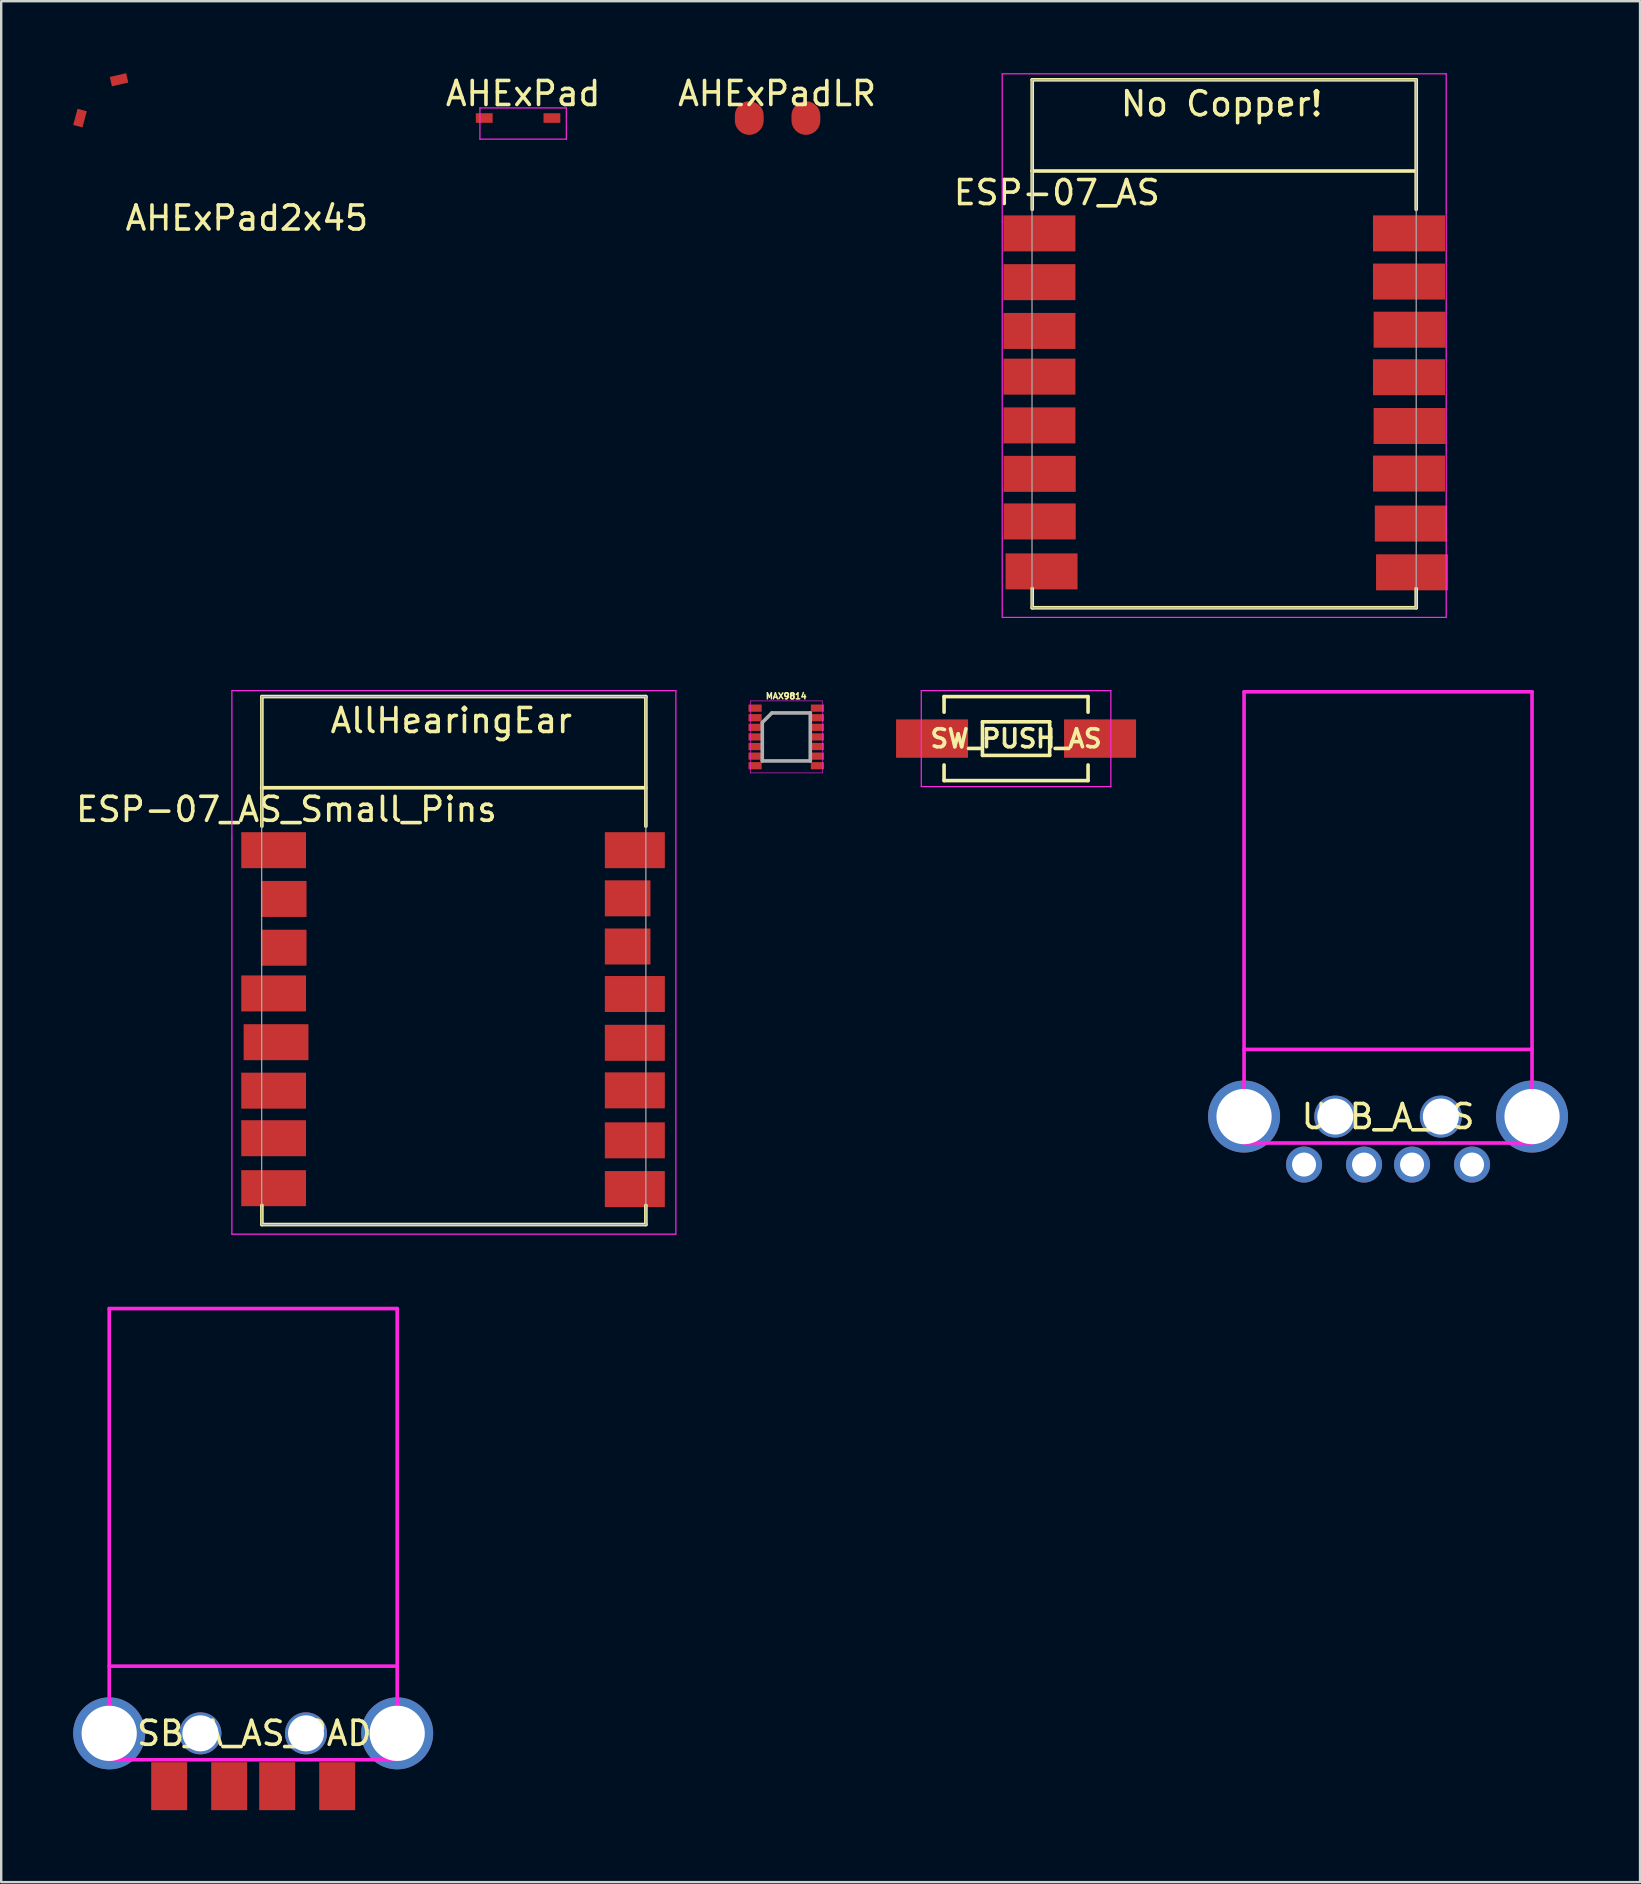
<source format=kicad_pcb>
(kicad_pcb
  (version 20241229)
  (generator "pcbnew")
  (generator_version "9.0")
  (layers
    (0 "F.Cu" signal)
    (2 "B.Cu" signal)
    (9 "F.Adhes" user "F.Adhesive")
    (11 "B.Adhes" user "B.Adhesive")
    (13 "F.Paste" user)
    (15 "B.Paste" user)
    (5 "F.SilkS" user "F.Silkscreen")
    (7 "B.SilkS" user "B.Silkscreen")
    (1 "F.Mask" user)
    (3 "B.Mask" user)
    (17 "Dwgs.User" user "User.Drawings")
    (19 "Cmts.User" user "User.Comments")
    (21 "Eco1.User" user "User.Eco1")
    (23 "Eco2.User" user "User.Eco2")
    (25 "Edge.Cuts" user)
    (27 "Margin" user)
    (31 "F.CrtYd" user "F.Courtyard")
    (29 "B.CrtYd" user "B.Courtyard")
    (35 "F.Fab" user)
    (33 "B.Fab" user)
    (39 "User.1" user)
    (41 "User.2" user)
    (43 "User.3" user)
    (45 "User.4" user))
  (footprint "AHExPadLR"
    (layer "F.Cu")
    (at 29.33 2.098)
    (property "Reference" "AHExPadLR" (at 0 -1.25 0) (layer "F.SilkS") (effects (font (size 1 1) (thickness 0.15))))
    (attr smd)
    (pad "1" smd oval (at -1.16 -0.23) (size 1.2 1.4) (layers "F.Cu" "F.Mask" "F.Paste"))
    (pad "2" smd oval (at 1.2 -0.23) (size 1.2 1.4) (layers "F.Cu" "F.Mask" "F.Paste")))
  (footprint "AHExPad2x45"
    (layer "F.Cu")
    (at 1.783 2.14)
    (property "Reference" "AHExPad2x45" (at 5.452 3.896 0) (layer "F.SilkS") (effects (font (size 1 1) (thickness 0.15))))
    (attr smd)
    (pad "1" smd rect (at -1.499 -0.269 255) (size 0.7 0.4) (layers "F.Cu" "F.Mask" "F.Paste"))
    (pad "2" smd rect (at 0.127 -1.867 13) (size 0.7 0.4) (layers "F.Cu" "F.Mask" "F.Paste")))
  (footprint "ESP-07_AS_Small_Pins"
    (layer "F.Cu")
    (at 8.862 32.375)
    (property "Reference" "ESP-07_AS_Small_Pins" (at 0.025 -1.7 180) (layer "F.SilkS") (effects (font (size 1 1) (thickness 0.15))))
    (attr through_hole)
    (fp_line (start -1.008 -2.6) (end 14.992 -2.6) (stroke (width 0.152) (type solid)) (layer "F.SilkS"))
    (fp_line (start -1 -6.4) (end -1 -1) (stroke (width 0.152) (type solid)) (layer "F.SilkS"))
    (fp_line (start -1 -6.4) (end 15 -6.4) (stroke (width 0.152) (type solid)) (layer "F.SilkS"))
    (fp_line (start -1 14.8) (end -1 15.6) (stroke (width 0.152) (type solid)) (layer "F.SilkS"))
    (fp_line (start -1 15.6) (end 15 15.6) (stroke (width 0.152) (type solid)) (layer "F.SilkS"))
    (fp_line (start 15 -6.4) (end 15 -1) (stroke (width 0.152) (type solid)) (layer "F.SilkS"))
    (fp_line (start 15 15.6) (end 15 14.8) (stroke (width 0.152) (type solid)) (layer "F.SilkS"))
    (fp_line (start -2.25 -6.65) (end 16.25 -6.65) (stroke (width 0.05) (type solid)) (layer "F.CrtYd"))
    (fp_line (start -2.25 -0.5) (end -2.25 -6.65) (stroke (width 0.05) (type solid)) (layer "F.CrtYd"))
    (fp_line (start -2.25 16) (end -2.25 -0.5) (stroke (width 0.05) (type solid)) (layer "F.CrtYd"))
    (fp_line (start 16.25 -6.65) (end 16.25 16) (stroke (width 0.05) (type solid)) (layer "F.CrtYd"))
    (fp_line (start 16.25 16) (end -2.25 16) (stroke (width 0.05) (type solid)) (layer "F.CrtYd"))
    (fp_line (start -1.008 15.6) (end -1.008 -6.4) (stroke (width 0.05) (type solid)) (layer "F.Fab"))
    (fp_line (start -1 -6.4) (end 15 -6.4) (stroke (width 0.05) (type solid)) (layer "F.Fab"))
    (fp_line (start 15 -6.4) (end 15 15.6) (stroke (width 0.05) (type solid)) (layer "F.Fab"))
    (fp_line (start 15 15.6) (end -1 15.6) (stroke (width 0.05) (type solid)) (layer "F.Fab"))
    (fp_text user "AllHearingEar" (at 6.892 -5.4 0) (layer "F.SilkS") (effects (font (size 1 1) (thickness 0.15))))
    (pad "1" smd rect (at 0.19 0) (size 2.7 1.5) (drill (offset -0.7 0)) (layers "F.Cu" "F.Mask" "F.Paste"))
    (pad "2" smd rect (at 0.61 2.032) (size 1.9 1.5) (drill (offset -0.7 0)) (layers "F.Cu" "F.Mask" "F.Paste"))
    (pad "3" smd rect (at 0.61 4.064) (size 1.9 1.5) (drill (offset -0.7 0)) (layers "F.Cu" "F.Mask" "F.Paste"))
    (pad "4" smd rect (at 0.19 5.969) (size 2.7 1.5) (drill (offset -0.7 0)) (layers "F.Cu" "F.Mask" "F.Paste"))
    (pad "5" smd rect (at 0.29 8.001) (size 2.7 1.5) (drill (offset -0.7 0)) (layers "F.Cu" "F.Mask" "F.Paste"))
    (pad "6" smd rect (at 0.19 10.02) (size 2.7 1.5) (drill (offset -0.7 0)) (layers "F.Cu" "F.Mask" "F.Paste"))
    (pad "7" smd rect (at 0.19 12.002) (size 2.7 1.5) (drill (offset -0.7 0)) (layers "F.Cu" "F.Mask" "F.Paste"))
    (pad "8" smd rect (at 0.19 14.084) (size 2.7 1.5) (drill (offset -0.7 0)) (layers "F.Cu" "F.Mask" "F.Paste"))
    (pad "9" smd rect (at 13.84 14.122) (size 2.5 1.5) (drill (offset 0.7 0)) (layers "F.Cu" "F.Mask" "F.Paste"))
    (pad "10" smd rect (at 13.84 12.09) (size 2.5 1.5) (drill (offset 0.7 0)) (layers "F.Cu" "F.Mask" "F.Paste"))
    (pad "11" smd rect (at 13.84 10.008) (size 2.5 1.5) (drill (offset 0.7 0)) (layers "F.Cu" "F.Mask" "F.Paste"))
    (pad "12" smd rect (at 13.84 8.026) (size 2.5 1.5) (drill (offset 0.7 0)) (layers "F.Cu" "F.Mask" "F.Paste"))
    (pad "13" smd rect (at 13.84 5.994) (size 2.5 1.5) (drill (offset 0.7 0)) (layers "F.Cu" "F.Mask" "F.Paste"))
    (pad "14" smd rect (at 13.54 4.013) (size 1.9 1.5) (drill (offset 0.7 0)) (layers "F.Cu" "F.Mask" "F.Paste"))
    (pad "15" smd rect (at 13.54 2.007) (size 1.9 1.5) (drill (offset 0.7 0)) (layers "F.Cu" "F.Mask" "F.Paste"))
    (pad "16" smd rect (at 13.84 0) (size 2.5 1.5) (drill (offset 0.7 0)) (layers "F.Cu" "F.Mask" "F.Paste")))
  (footprint "USB_A_AS_PADS"
    (layer "F.Cu")
    (at 7.5 60.875)
    (property "Reference" "USB_A_AS_PADS" (at 0 8.3 0) (layer "F.SilkS") (effects (font (size 1 1) (thickness 0.15))))
    (attr through_hole)
    (fp_line (start -6 -9.4) (end -6 9.4) (stroke (width 0.15) (type solid)) (layer "F.CrtYd"))
    (fp_line (start -6 5.5) (end 6 5.5) (stroke (width 0.15) (type solid)) (layer "F.CrtYd"))
    (fp_line (start -6 9.4) (end 6 9.4) (stroke (width 0.15) (type solid)) (layer "F.CrtYd"))
    (fp_line (start 6 -9.4) (end -6 -9.4) (stroke (width 0.15) (type solid)) (layer "F.CrtYd"))
    (fp_line (start 6 9.4) (end 6 -9.4) (stroke (width 0.15) (type solid)) (layer "F.CrtYd"))
    (pad "1" smd rect (at -3.5 10.5 270) (size 2 1.5) (layers "F.Cu" "F.Mask" "F.Paste"))
    (pad "2" smd rect (at -1 10.5 270) (size 2 1.5) (layers "F.Cu" "F.Mask" "F.Paste"))
    (pad "3" smd rect (at 1 10.5 270) (size 2 1.5) (layers "F.Cu" "F.Mask" "F.Paste"))
    (pad "4" smd rect (at 3.5 10.5 270) (size 2 1.5) (layers "F.Cu" "F.Mask" "F.Paste"))
    (pad "5" thru_hole circle (at -6 8.3 270) (size 3 3) (drill 2.301) (layers "*.Cu" "*.Mask"))
    (pad "5" thru_hole circle (at 6 8.3 270) (size 3 3) (drill 2.301) (layers "*.Cu" "*.Mask"))
    (pad "6" thru_hole circle (at -2.2 8.3 270) (size 1.75 1.75) (drill 1.5) (layers "*.Cu" "*.Mask"))
    (pad "6" thru_hole circle (at 2.2 8.3 270) (size 1.75 1.75) (drill 1.5) (layers "*.Cu" "*.Mask")))
  (footprint "AHExPad"
    (layer "F.Cu")
    (at 18.747 2.098)
    (property "Reference" "AHExPad" (at 0 -1.25 0) (layer "F.SilkS") (effects (font (size 1 1) (thickness 0.15))))
    (attr smd)
    (fp_line (start -1.8 -0.65) (end -1.8 0.65) (stroke (width 0.05) (type solid)) (layer "F.CrtYd"))
    (fp_line (start -1.8 -0.65) (end 1.8 -0.65) (stroke (width 0.05) (type solid)) (layer "F.CrtYd"))
    (fp_line (start 1.8 0.65) (end -1.8 0.65) (stroke (width 0.05) (type solid)) (layer "F.CrtYd"))
    (fp_line (start 1.8 0.65) (end 1.8 -0.65) (stroke (width 0.05) (type solid)) (layer "F.CrtYd"))
    (pad "1" smd rect (at -1.62 -0.23) (size 0.7 0.4) (layers "F.Cu" "F.Mask" "F.Paste"))
    (pad "2" smd rect (at 1.2 -0.23) (size 0.7 0.4) (layers "F.Cu" "F.Mask" "F.Paste")))
  (footprint "USB_A_AS"
    (layer "F.Cu")
    (at 54.787 35.175)
    (property "Reference" "USB_A_AS" (at 0 8.3 0) (layer "F.SilkS") (effects (font (size 1 1) (thickness 0.15))))
    (attr through_hole)
    (fp_line (start -6 -9.4) (end -6 9.4) (stroke (width 0.15) (type solid)) (layer "F.CrtYd"))
    (fp_line (start -6 5.5) (end 6 5.5) (stroke (width 0.15) (type solid)) (layer "F.CrtYd"))
    (fp_line (start -6 9.4) (end 6 9.4) (stroke (width 0.15) (type solid)) (layer "F.CrtYd"))
    (fp_line (start 6 -9.4) (end -6 -9.4) (stroke (width 0.15) (type solid)) (layer "F.CrtYd"))
    (fp_line (start 6 9.4) (end 6 -9.4) (stroke (width 0.15) (type solid)) (layer "F.CrtYd"))
    (pad "1" thru_hole circle (at -3.5 10.3 270) (size 1.501 1.501) (drill 1.001) (layers "*.Cu" "*.Mask"))
    (pad "2" thru_hole circle (at -1 10.3 270) (size 1.501 1.501) (drill 1.001) (layers "*.Cu" "*.Mask"))
    (pad "3" thru_hole circle (at 1 10.3 270) (size 1.501 1.501) (drill 1.001) (layers "*.Cu" "*.Mask"))
    (pad "4" thru_hole circle (at 3.5 10.3 270) (size 1.501 1.501) (drill 1.001) (layers "*.Cu" "*.Mask"))
    (pad "5" thru_hole circle (at -6 8.3 270) (size 3 3) (drill 2.301) (layers "*.Cu" "*.Mask"))
    (pad "5" thru_hole circle (at -2.2 8.3 270) (size 1.75 1.75) (drill 1.5) (layers "*.Cu" "*.Mask"))
    (pad "5" thru_hole circle (at 2.2 8.3 270) (size 1.75 1.75) (drill 1.5) (layers "*.Cu" "*.Mask"))
    (pad "5" thru_hole circle (at 6 8.3 270) (size 3 3) (drill 2.301) (layers "*.Cu" "*.Mask")))
  (footprint "SW_PUSH_AS"
    (layer "F.Cu")
    (at 39.287 27.725)
    (property "Reference" "SW_PUSH_AS" (at 0 0 0) (layer "F.SilkS") (effects (font (size 0.75 0.75) (thickness 0.15))))
    (attr smd)
    (fp_line (start -3 -1.75) (end -3 -1.1) (stroke (width 0.15) (type solid)) (layer "F.SilkS"))
    (fp_line (start -3 1.1) (end -3 1.75) (stroke (width 0.15) (type solid)) (layer "F.SilkS"))
    (fp_line (start -3 1.75) (end 3 1.75) (stroke (width 0.15) (type solid)) (layer "F.SilkS"))
    (fp_line (start -1.4 -0.7) (end 1.4 -0.7) (stroke (width 0.15) (type solid)) (layer "F.SilkS"))
    (fp_line (start -1.4 0.7) (end -1.4 -0.7) (stroke (width 0.15) (type solid)) (layer "F.SilkS"))
    (fp_line (start 1.4 -0.7) (end 1.4 0.7) (stroke (width 0.15) (type solid)) (layer "F.SilkS"))
    (fp_line (start 1.4 0.7) (end -1.4 0.7) (stroke (width 0.15) (type solid)) (layer "F.SilkS"))
    (fp_line (start 3 -1.75) (end -3 -1.75) (stroke (width 0.15) (type solid)) (layer "F.SilkS"))
    (fp_line (start 3 -1.75) (end 3 -1.1) (stroke (width 0.15) (type solid)) (layer "F.SilkS"))
    (fp_line (start 3 1.75) (end 3 1.1) (stroke (width 0.15) (type solid)) (layer "F.SilkS"))
    (fp_line (start -3.95 -2) (end 3.95 -2) (stroke (width 0.05) (type solid)) (layer "F.CrtYd"))
    (fp_line (start -3.95 2) (end -3.95 -2) (stroke (width 0.05) (type solid)) (layer "F.CrtYd"))
    (fp_line (start 3.95 -2) (end 3.95 2) (stroke (width 0.05) (type solid)) (layer "F.CrtYd"))
    (fp_line (start 3.95 2) (end -3.95 2) (stroke (width 0.05) (type solid)) (layer "F.CrtYd"))
    (pad "1" smd rect (at -3.5 0) (size 3 1.6) (layers "F.Cu" "F.Mask" "F.Paste"))
    (pad "2" smd rect (at 3.5 0) (size 3 1.6) (layers "F.Cu" "F.Mask" "F.Paste")))
  (footprint "MAX9814"
    (layer "F.Cu")
    (at 29.712 27.656)
    (property "Reference" "MAX9814" (at 0 -1.7 0) (layer "F.SilkS") (effects (font (size 0.25 0.25) (thickness 0.062))))
    (attr smd)
    (fp_line (start -1.5 -1.5) (end -1.5 1.5) (stroke (width 0.025) (type solid)) (layer "F.CrtYd"))
    (fp_line (start -1.5 1.5) (end 1.5 1.5) (stroke (width 0.025) (type solid)) (layer "F.CrtYd"))
    (fp_line (start 1.5 -1.5) (end -1.5 -1.5) (stroke (width 0.025) (type solid)) (layer "F.CrtYd"))
    (fp_line (start 1.5 1.5) (end 1.5 -1.5) (stroke (width 0.025) (type solid)) (layer "F.CrtYd"))
    (fp_line (start -1 -0.6) (end -0.6 -1) (stroke (width 0.15) (type solid)) (layer "F.Fab"))
    (fp_line (start -1 1) (end -1 -0.6) (stroke (width 0.15) (type solid)) (layer "F.Fab"))
    (fp_line (start -1 1) (end 1 1) (stroke (width 0.15) (type solid)) (layer "F.Fab"))
    (fp_line (start 1 -1) (end -0.6 -1) (stroke (width 0.15) (type solid)) (layer "F.Fab"))
    (fp_line (start 1 1) (end 1 -1) (stroke (width 0.15) (type solid)) (layer "F.Fab"))
    (pad "1" smd rect (at -1.3 -1.2) (size 0.55 0.3) (layers "F.Cu" "F.Mask" "F.Paste"))
    (pad "2" smd rect (at -1.3 -0.8) (size 0.55 0.3) (layers "F.Cu" "F.Mask" "F.Paste"))
    (pad "3" smd rect (at -1.3 -0.4) (size 0.55 0.3) (layers "F.Cu" "F.Mask" "F.Paste"))
    (pad "4" smd rect (at -1.3 0) (size 0.55 0.3) (layers "F.Cu" "F.Mask" "F.Paste"))
    (pad "5" smd rect (at -1.3 0.4) (size 0.55 0.3) (layers "F.Cu" "F.Mask" "F.Paste"))
    (pad "6" smd rect (at -1.3 0.8) (size 0.55 0.3) (layers "F.Cu" "F.Mask" "F.Paste"))
    (pad "7" smd rect (at -1.3 1.2) (size 0.55 0.3) (layers "F.Cu" "F.Mask" "F.Paste"))
    (pad "8" smd rect (at 1.3 1.2) (size 0.55 0.3) (layers "F.Cu" "F.Mask" "F.Paste"))
    (pad "9" smd rect (at 1.3 0.8) (size 0.55 0.3) (layers "F.Cu" "F.Mask" "F.Paste"))
    (pad "10" smd rect (at 1.3 0.4) (size 0.55 0.3) (layers "F.Cu" "F.Mask" "F.Paste"))
    (pad "11" smd rect (at 1.3 0) (size 0.55 0.3) (layers "F.Cu" "F.Mask" "F.Paste"))
    (pad "12" smd rect (at 1.3 -0.4) (size 0.55 0.3) (layers "F.Cu" "F.Mask" "F.Paste"))
    (pad "13" smd rect (at 1.3 -0.8) (size 0.55 0.3) (layers "F.Cu" "F.Mask" "F.Paste"))
    (pad "14" smd rect (at 1.3 -1.2) (size 0.55 0.3) (layers "F.Cu" "F.Mask" "F.Paste")))
  (footprint "ESP-07_AS"
    (layer "F.Cu")
    (at 40.96 6.675)
    (property "Reference" "ESP-07_AS" (at 0.025 -1.7 180) (layer "F.SilkS") (effects (font (size 1 1) (thickness 0.15))))
    (attr through_hole)
    (fp_line (start -1.008 -2.6) (end 14.992 -2.6) (stroke (width 0.152) (type solid)) (layer "F.SilkS"))
    (fp_line (start -1 -6.4) (end -1 -1) (stroke (width 0.152) (type solid)) (layer "F.SilkS"))
    (fp_line (start -1 -6.4) (end 15 -6.4) (stroke (width 0.152) (type solid)) (layer "F.SilkS"))
    (fp_line (start -1 14.8) (end -1 15.6) (stroke (width 0.152) (type solid)) (layer "F.SilkS"))
    (fp_line (start -1 15.6) (end 15 15.6) (stroke (width 0.152) (type solid)) (layer "F.SilkS"))
    (fp_line (start 15 -6.4) (end 15 -1) (stroke (width 0.152) (type solid)) (layer "F.SilkS"))
    (fp_line (start 15 15.6) (end 15 14.8) (stroke (width 0.152) (type solid)) (layer "F.SilkS"))
    (fp_line (start -2.25 -6.65) (end 16.25 -6.65) (stroke (width 0.05) (type solid)) (layer "F.CrtYd"))
    (fp_line (start -2.25 -0.5) (end -2.25 -6.65) (stroke (width 0.05) (type solid)) (layer "F.CrtYd"))
    (fp_line (start -2.25 16) (end -2.25 -0.5) (stroke (width 0.05) (type solid)) (layer "F.CrtYd"))
    (fp_line (start 16.25 -6.65) (end 16.25 16) (stroke (width 0.05) (type solid)) (layer "F.CrtYd"))
    (fp_line (start 16.25 16) (end -2.25 16) (stroke (width 0.05) (type solid)) (layer "F.CrtYd"))
    (fp_line (start -1.008 15.6) (end -1.008 -6.4) (stroke (width 0.05) (type solid)) (layer "F.Fab"))
    (fp_line (start -1 -6.4) (end 15 -6.4) (stroke (width 0.05) (type solid)) (layer "F.Fab"))
    (fp_line (start 15 -6.4) (end 15 15.6) (stroke (width 0.05) (type solid)) (layer "F.Fab"))
    (fp_line (start 15 15.6) (end -1 15.6) (stroke (width 0.05) (type solid)) (layer "F.Fab"))
    (fp_text user "No Copper!" (at 6.892 -5.4 0) (layer "F.SilkS") (effects (font (size 1 1) (thickness 0.15))))
    (pad "1" smd rect (at 0 0) (size 3 1.5) (drill (offset -0.7 0)) (layers "F.Cu" "F.Mask" "F.Paste"))
    (pad "2" smd rect (at 0 2.032) (size 3 1.5) (drill (offset -0.7 0)) (layers "F.Cu" "F.Mask" "F.Paste"))
    (pad "3" smd rect (at 0 4.064) (size 3 1.5) (drill (offset -0.7 0)) (layers "F.Cu" "F.Mask" "F.Paste"))
    (pad "4" smd rect (at 0 5.969) (size 3 1.5) (drill (offset -0.7 0)) (layers "F.Cu" "F.Mask" "F.Paste"))
    (pad "5" smd rect (at 0 8.001) (size 3 1.5) (drill (offset -0.7 0)) (layers "F.Cu" "F.Mask" "F.Paste"))
    (pad "6" smd rect (at 0.013 10.02) (size 3 1.5) (drill (offset -0.7 0)) (layers "F.Cu" "F.Mask" "F.Paste"))
    (pad "7" smd rect (at 0.013 12.002) (size 3 1.5) (drill (offset -0.7 0)) (layers "F.Cu" "F.Mask" "F.Paste"))
    (pad "8" smd rect (at 0.089 14.084) (size 3 1.5) (drill (offset -0.7 0)) (layers "F.Cu" "F.Mask" "F.Paste"))
    (pad "9" smd rect (at 14.127 14.122) (size 3 1.5) (drill (offset 0.7 0)) (layers "F.Cu" "F.Mask" "F.Paste"))
    (pad "10" smd rect (at 14.076 12.09) (size 3 1.5) (drill (offset 0.7 0)) (layers "F.Cu" "F.Mask" "F.Paste"))
    (pad "11" smd rect (at 14 10.008) (size 3 1.5) (drill (offset 0.7 0)) (layers "F.Cu" "F.Mask" "F.Paste"))
    (pad "12" smd rect (at 14.025 8.026) (size 3 1.5) (drill (offset 0.7 0)) (layers "F.Cu" "F.Mask" "F.Paste"))
    (pad "13" smd rect (at 14 5.994) (size 3 1.5) (drill (offset 0.7 0)) (layers "F.Cu" "F.Mask" "F.Paste"))
    (pad "14" smd rect (at 14.025 4.013) (size 3 1.5) (drill (offset 0.7 0)) (layers "F.Cu" "F.Mask" "F.Paste"))
    (pad "15" smd rect (at 14 2.007) (size 3 1.5) (drill (offset 0.7 0)) (layers "F.Cu" "F.Mask" "F.Paste"))
    (pad "16" smd rect (at 14 0) (size 3 1.5) (drill (offset 0.7 0)) (layers "F.Cu" "F.Mask" "F.Paste")))
  (gr_rect
    (start -3 -3)
    (end 65.287 75.375)
    (stroke (width 0.1) (type default))
    (fill no)
    (layer "Edge.Cuts")))
</source>
